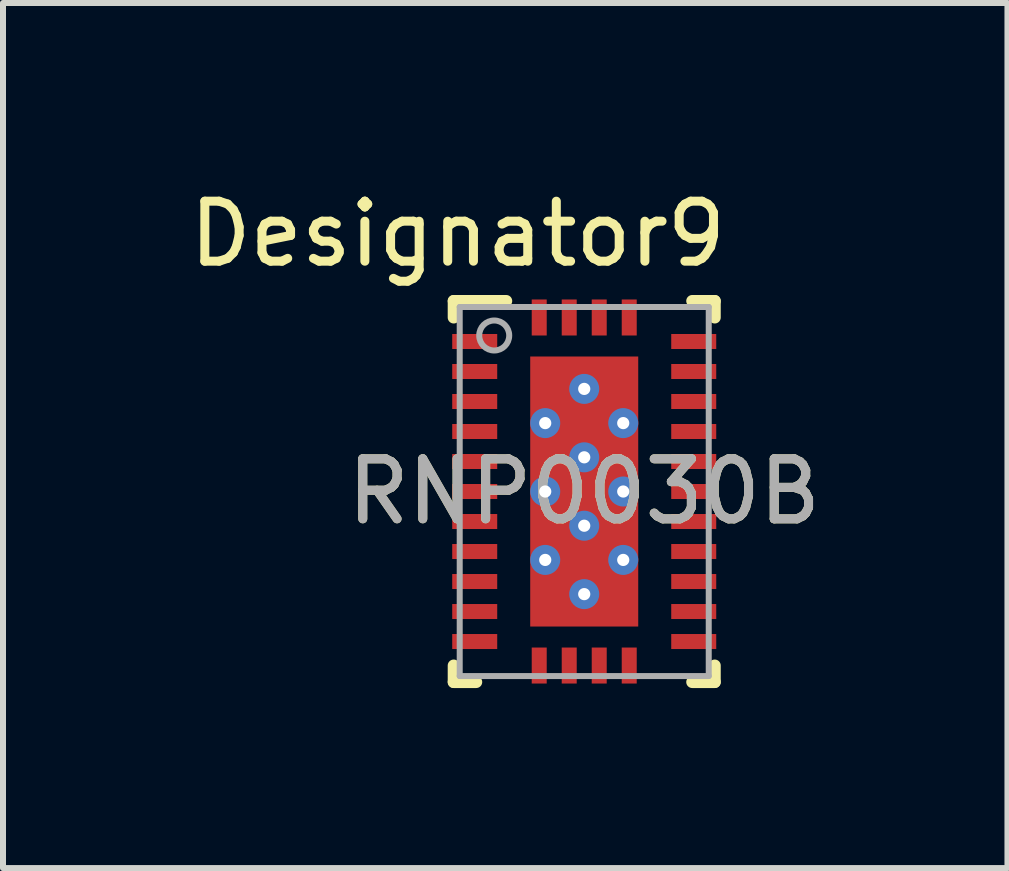
<source format=kicad_pcb>
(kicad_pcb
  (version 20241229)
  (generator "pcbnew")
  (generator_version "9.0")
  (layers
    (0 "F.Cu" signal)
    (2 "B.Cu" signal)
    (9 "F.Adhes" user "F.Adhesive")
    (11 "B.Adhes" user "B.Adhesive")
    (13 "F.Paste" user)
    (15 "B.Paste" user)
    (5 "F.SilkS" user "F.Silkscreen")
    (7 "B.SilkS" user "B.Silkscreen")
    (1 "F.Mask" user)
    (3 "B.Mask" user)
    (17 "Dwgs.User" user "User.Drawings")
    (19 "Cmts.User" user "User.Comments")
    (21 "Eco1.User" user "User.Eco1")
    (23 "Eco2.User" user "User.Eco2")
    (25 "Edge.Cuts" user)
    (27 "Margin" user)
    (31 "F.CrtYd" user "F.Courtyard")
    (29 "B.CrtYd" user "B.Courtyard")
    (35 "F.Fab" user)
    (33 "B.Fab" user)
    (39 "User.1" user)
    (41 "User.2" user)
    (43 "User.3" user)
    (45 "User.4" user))
  (footprint "RNP0030B"
    (layer "F.Cu")
    (at 6.686 5.141)
    (property "Reference" "RNP0030B" (at 0 0 0) (unlocked yes) (layer "F.SilkS") (effects (font (size 1 1) (thickness 0.15))))
    (attr smd)
    (fp_line (start -2.175 -3.175) (end -1.3 -3.175) (stroke (width 0.2) (type solid)) (layer "F.SilkS"))
    (fp_line (start -2.175 -2.9) (end -2.175 -3.175) (stroke (width 0.2) (type solid)) (layer "F.SilkS"))
    (fp_line (start -2.175 3.175) (end -2.175 2.9) (stroke (width 0.2) (type solid)) (layer "F.SilkS"))
    (fp_line (start -2.175 3.175) (end -1.8 3.175) (stroke (width 0.2) (type solid)) (layer "F.SilkS"))
    (fp_line (start 1.8 -3.175) (end 2.175 -3.175) (stroke (width 0.2) (type solid)) (layer "F.SilkS"))
    (fp_line (start 1.8 3.175) (end 2.175 3.175) (stroke (width 0.2) (type solid)) (layer "F.SilkS"))
    (fp_line (start 2.175 -2.9) (end 2.175 -3.175) (stroke (width 0.2) (type solid)) (layer "F.SilkS"))
    (fp_line (start 2.175 3.175) (end 2.175 2.9) (stroke (width 0.2) (type solid)) (layer "F.SilkS"))
    (fp_poly (pts (xy -0.1 -2.132) (xy -0.1 -1.288) (xy -0.101 -1.279) (xy -0.104 -1.27) (xy -0.108 -1.261) (xy -0.114 -1.254) (xy -0.121 -1.248) (xy -0.13 -1.244) (xy -0.139 -1.241) (xy -0.148 -1.24) (xy -0.852 -1.24) (xy -0.861 -1.241) (xy -0.87 -1.244) (xy -0.879 -1.248) (xy -0.886 -1.254) (xy -0.892 -1.261) (xy -0.896 -1.27) (xy -0.899 -1.279) (xy -0.9 -1.288) (xy -0.9 -2.132) (xy -0.899 -2.141) (xy -0.896 -2.15) (xy -0.892 -2.159) (xy -0.886 -2.166) (xy -0.879 -2.172) (xy -0.87 -2.176) (xy -0.861 -2.179) (xy -0.852 -2.18) (xy -0.148 -2.18) (xy -0.139 -2.179) (xy -0.13 -2.176) (xy -0.121 -2.172) (xy -0.114 -2.166) (xy -0.108 -2.159) (xy -0.104 -2.15) (xy -0.101 -2.141)) (stroke (width 0) (type solid)) (fill yes) (layer "F.Paste"))
    (fp_poly (pts (xy -0.1 -0.992) (xy -0.1 -0.148) (xy -0.101 -0.139) (xy -0.104 -0.13) (xy -0.108 -0.121) (xy -0.114 -0.114) (xy -0.121 -0.108) (xy -0.13 -0.104) (xy -0.139 -0.101) (xy -0.148 -0.1) (xy -0.852 -0.1) (xy -0.861 -0.101) (xy -0.87 -0.104) (xy -0.879 -0.108) (xy -0.886 -0.114) (xy -0.892 -0.121) (xy -0.896 -0.13) (xy -0.899 -0.139) (xy -0.9 -0.148) (xy -0.9 -0.992) (xy -0.899 -1.001) (xy -0.896 -1.01) (xy -0.892 -1.019) (xy -0.886 -1.026) (xy -0.879 -1.032) (xy -0.87 -1.036) (xy -0.861 -1.039) (xy -0.852 -1.04) (xy -0.148 -1.04) (xy -0.139 -1.039) (xy -0.13 -1.036) (xy -0.121 -1.032) (xy -0.114 -1.026) (xy -0.108 -1.019) (xy -0.104 -1.01) (xy -0.101 -1.001)) (stroke (width 0) (type solid)) (fill yes) (layer "F.Paste"))
    (fp_poly (pts (xy -0.1 0.148) (xy -0.1 0.992) (xy -0.101 1.001) (xy -0.104 1.01) (xy -0.108 1.019) (xy -0.114 1.026) (xy -0.121 1.032) (xy -0.13 1.036) (xy -0.139 1.039) (xy -0.148 1.04) (xy -0.852 1.04) (xy -0.861 1.039) (xy -0.87 1.036) (xy -0.879 1.032) (xy -0.886 1.026) (xy -0.892 1.019) (xy -0.896 1.01) (xy -0.899 1.001) (xy -0.9 0.992) (xy -0.9 0.148) (xy -0.899 0.139) (xy -0.896 0.13) (xy -0.892 0.121) (xy -0.886 0.114) (xy -0.879 0.108) (xy -0.87 0.104) (xy -0.861 0.101) (xy -0.852 0.1) (xy -0.148 0.1) (xy -0.139 0.101) (xy -0.13 0.104) (xy -0.121 0.108) (xy -0.114 0.114) (xy -0.108 0.121) (xy -0.104 0.13) (xy -0.101 0.139)) (stroke (width 0) (type solid)) (fill yes) (layer "F.Paste"))
    (fp_poly (pts (xy -0.1 1.288) (xy -0.1 2.132) (xy -0.101 2.141) (xy -0.104 2.15) (xy -0.108 2.159) (xy -0.114 2.166) (xy -0.121 2.172) (xy -0.13 2.176) (xy -0.139 2.179) (xy -0.148 2.18) (xy -0.852 2.18) (xy -0.861 2.179) (xy -0.87 2.176) (xy -0.879 2.172) (xy -0.886 2.166) (xy -0.892 2.159) (xy -0.896 2.15) (xy -0.899 2.141) (xy -0.9 2.132) (xy -0.9 1.288) (xy -0.899 1.279) (xy -0.896 1.27) (xy -0.892 1.261) (xy -0.886 1.254) (xy -0.879 1.248) (xy -0.87 1.244) (xy -0.861 1.241) (xy -0.852 1.24) (xy -0.148 1.24) (xy -0.139 1.241) (xy -0.13 1.244) (xy -0.121 1.248) (xy -0.114 1.254) (xy -0.108 1.261) (xy -0.104 1.27) (xy -0.101 1.279)) (stroke (width 0) (type solid)) (fill yes) (layer "F.Paste"))
    (fp_poly (pts (xy 0.1 -1.288) (xy 0.1 -2.132) (xy 0.101 -2.141) (xy 0.104 -2.15) (xy 0.108 -2.159) (xy 0.114 -2.166) (xy 0.121 -2.172) (xy 0.13 -2.176) (xy 0.139 -2.179) (xy 0.148 -2.18) (xy 0.852 -2.18) (xy 0.861 -2.179) (xy 0.87 -2.176) (xy 0.879 -2.172) (xy 0.886 -2.166) (xy 0.892 -2.159) (xy 0.896 -2.15) (xy 0.899 -2.141) (xy 0.9 -2.132) (xy 0.9 -1.288) (xy 0.899 -1.279) (xy 0.896 -1.27) (xy 0.892 -1.261) (xy 0.886 -1.254) (xy 0.879 -1.248) (xy 0.87 -1.244) (xy 0.861 -1.241) (xy 0.852 -1.24) (xy 0.148 -1.24) (xy 0.139 -1.241) (xy 0.13 -1.244) (xy 0.121 -1.248) (xy 0.114 -1.254) (xy 0.108 -1.261) (xy 0.104 -1.27) (xy 0.101 -1.279)) (stroke (width 0) (type solid)) (fill yes) (layer "F.Paste"))
    (fp_poly (pts (xy 0.1 -0.148) (xy 0.1 -0.992) (xy 0.101 -1.001) (xy 0.104 -1.01) (xy 0.108 -1.019) (xy 0.114 -1.026) (xy 0.121 -1.032) (xy 0.13 -1.036) (xy 0.139 -1.039) (xy 0.148 -1.04) (xy 0.852 -1.04) (xy 0.861 -1.039) (xy 0.87 -1.036) (xy 0.879 -1.032) (xy 0.886 -1.026) (xy 0.892 -1.019) (xy 0.896 -1.01) (xy 0.899 -1.001) (xy 0.9 -0.992) (xy 0.9 -0.148) (xy 0.899 -0.139) (xy 0.896 -0.13) (xy 0.892 -0.121) (xy 0.886 -0.114) (xy 0.879 -0.108) (xy 0.87 -0.104) (xy 0.861 -0.101) (xy 0.852 -0.1) (xy 0.148 -0.1) (xy 0.139 -0.101) (xy 0.13 -0.104) (xy 0.121 -0.108) (xy 0.114 -0.114) (xy 0.108 -0.121) (xy 0.104 -0.13) (xy 0.101 -0.139)) (stroke (width 0) (type solid)) (fill yes) (layer "F.Paste"))
    (fp_poly (pts (xy 0.1 0.992) (xy 0.1 0.148) (xy 0.101 0.139) (xy 0.104 0.13) (xy 0.108 0.121) (xy 0.114 0.114) (xy 0.121 0.108) (xy 0.13 0.104) (xy 0.139 0.101) (xy 0.148 0.1) (xy 0.852 0.1) (xy 0.861 0.101) (xy 0.87 0.104) (xy 0.879 0.108) (xy 0.886 0.114) (xy 0.892 0.121) (xy 0.896 0.13) (xy 0.899 0.139) (xy 0.9 0.148) (xy 0.9 0.992) (xy 0.899 1.001) (xy 0.896 1.01) (xy 0.892 1.019) (xy 0.886 1.026) (xy 0.879 1.032) (xy 0.87 1.036) (xy 0.861 1.039) (xy 0.852 1.04) (xy 0.148 1.04) (xy 0.139 1.039) (xy 0.13 1.036) (xy 0.121 1.032) (xy 0.114 1.026) (xy 0.108 1.019) (xy 0.104 1.01) (xy 0.101 1.001)) (stroke (width 0) (type solid)) (fill yes) (layer "F.Paste"))
    (fp_poly (pts (xy 0.1 2.132) (xy 0.1 1.288) (xy 0.101 1.279) (xy 0.104 1.27) (xy 0.108 1.261) (xy 0.114 1.254) (xy 0.121 1.248) (xy 0.13 1.244) (xy 0.139 1.241) (xy 0.148 1.24) (xy 0.852 1.24) (xy 0.861 1.241) (xy 0.87 1.244) (xy 0.879 1.248) (xy 0.886 1.254) (xy 0.892 1.261) (xy 0.896 1.27) (xy 0.899 1.279) (xy 0.9 1.288) (xy 0.9 2.132) (xy 0.899 2.141) (xy 0.896 2.15) (xy 0.892 2.159) (xy 0.886 2.166) (xy 0.879 2.172) (xy 0.87 2.176) (xy 0.861 2.179) (xy 0.852 2.18) (xy 0.148 2.18) (xy 0.139 2.179) (xy 0.13 2.176) (xy 0.121 2.172) (xy 0.114 2.166) (xy 0.108 2.159) (xy 0.104 2.15) (xy 0.101 2.141)) (stroke (width 0) (type solid)) (fill yes) (layer "F.Paste"))
    (fp_line (start -2.075 -3.075) (end 2.075 -3.075) (stroke (width 0.1) (type solid)) (layer "F.Fab"))
    (fp_line (start -2.075 3.075) (end -2.075 -3.075) (stroke (width 0.1) (type solid)) (layer "F.Fab"))
    (fp_line (start -2.075 3.075) (end 2.075 3.075) (stroke (width 0.1) (type solid)) (layer "F.Fab"))
    (fp_line (start 2.075 3.075) (end 2.075 -3.075) (stroke (width 0.1) (type solid)) (layer "F.Fab"))
    (fp_circle (center -1.5 -2.6) (end -1.25 -2.6) (stroke (width 0.1) (type solid)) (fill no) (layer "F.Fab"))
    (fp_text user "Designator9" (at -2.108 -4.293 0) (unlocked yes) (layer "F.SilkS") (effects (font (size 1 1) (thickness 0.15))))
    (fp_text user "${REFERENCE}" (at 0 0 0) (unlocked yes) (layer "F.Fab") (effects (font (size 1 1) (thickness 0.15))))
    (pad "1" smd rect (at -1.825 -2.5 90) (size 0.25 0.75) (layers "F.Cu" "F.Mask" "F.Paste"))
    (pad "2" smd rect (at -1.825 -2 90) (size 0.25 0.75) (layers "F.Cu" "F.Mask" "F.Paste"))
    (pad "3" smd rect (at -1.825 -1.5 90) (size 0.25 0.75) (layers "F.Cu" "F.Mask" "F.Paste"))
    (pad "4" smd rect (at -1.825 -1 90) (size 0.25 0.75) (layers "F.Cu" "F.Mask" "F.Paste"))
    (pad "5" smd rect (at -1.825 -0.5 90) (size 0.25 0.75) (layers "F.Cu" "F.Mask" "F.Paste"))
    (pad "6" smd rect (at -1.825 0 90) (size 0.25 0.75) (layers "F.Cu" "F.Mask" "F.Paste"))
    (pad "7" smd rect (at -1.825 0.5 90) (size 0.25 0.75) (layers "F.Cu" "F.Mask" "F.Paste"))
    (pad "8" smd rect (at -1.825 1 90) (size 0.25 0.75) (layers "F.Cu" "F.Mask" "F.Paste"))
    (pad "9" smd rect (at -1.825 1.5 90) (size 0.25 0.75) (layers "F.Cu" "F.Mask" "F.Paste"))
    (pad "10" smd rect (at -1.825 2 90) (size 0.25 0.75) (layers "F.Cu" "F.Mask" "F.Paste"))
    (pad "11" smd rect (at -1.825 2.5 90) (size 0.25 0.75) (layers "F.Cu" "F.Mask" "F.Paste"))
    (pad "12" smd rect (at -0.75 2.9) (size 0.25 0.6) (layers "F.Cu" "F.Mask" "F.Paste"))
    (pad "13" smd rect (at -0.25 2.9) (size 0.25 0.6) (layers "F.Cu" "F.Mask" "F.Paste"))
    (pad "14" smd rect (at 0.25 2.9) (size 0.25 0.6) (layers "F.Cu" "F.Mask" "F.Paste"))
    (pad "15" smd rect (at 0.75 2.9) (size 0.25 0.6) (layers "F.Cu" "F.Mask" "F.Paste"))
    (pad "16" smd rect (at 1.825 2.5 90) (size 0.25 0.75) (layers "F.Cu" "F.Mask" "F.Paste"))
    (pad "17" smd rect (at 1.825 2 90) (size 0.25 0.75) (layers "F.Cu" "F.Mask" "F.Paste"))
    (pad "18" smd rect (at 1.825 1.5 90) (size 0.25 0.75) (layers "F.Cu" "F.Mask" "F.Paste"))
    (pad "19" smd rect (at 1.825 1 90) (size 0.25 0.75) (layers "F.Cu" "F.Mask" "F.Paste"))
    (pad "20" smd rect (at 1.825 0.5 90) (size 0.25 0.75) (layers "F.Cu" "F.Mask" "F.Paste"))
    (pad "21" smd rect (at 1.825 0 90) (size 0.25 0.75) (layers "F.Cu" "F.Mask" "F.Paste"))
    (pad "22" smd rect (at 1.825 -0.5 90) (size 0.25 0.75) (layers "F.Cu" "F.Mask" "F.Paste"))
    (pad "23" smd rect (at 1.825 -1 90) (size 0.25 0.75) (layers "F.Cu" "F.Mask" "F.Paste"))
    (pad "24" smd rect (at 1.825 -1.5 90) (size 0.25 0.75) (layers "F.Cu" "F.Mask" "F.Paste"))
    (pad "25" smd rect (at 1.825 -2 90) (size 0.25 0.75) (layers "F.Cu" "F.Mask" "F.Paste"))
    (pad "26" smd rect (at 1.825 -2.5 90) (size 0.25 0.75) (layers "F.Cu" "F.Mask" "F.Paste"))
    (pad "27" smd rect (at 0.75 -2.9) (size 0.25 0.6) (layers "F.Cu" "F.Mask" "F.Paste"))
    (pad "28" smd rect (at 0.25 -2.9) (size 0.25 0.6) (layers "F.Cu" "F.Mask" "F.Paste"))
    (pad "29" smd rect (at -0.25 -2.9) (size 0.25 0.6) (layers "F.Cu" "F.Mask" "F.Paste"))
    (pad "30" smd rect (at -0.75 -2.9) (size 0.25 0.6) (layers "F.Cu" "F.Mask" "F.Paste"))
    (pad "31" smd rect (at 0 0) (size 1.8 4.5) (layers "F.Cu" "F.Mask"))
    (pad "V" thru_hole circle (at -0.65 -1.14) (size 0.5 0.5) (drill 0.203) (layers "*.Cu" "*.Mask"))
    (pad "V" thru_hole circle (at -0.65 0) (size 0.5 0.5) (drill 0.203) (layers "*.Cu" "*.Mask"))
    (pad "V" thru_hole circle (at -0.65 1.14) (size 0.5 0.5) (drill 0.203) (layers "*.Cu" "*.Mask"))
    (pad "V" thru_hole circle (at 0 -1.71) (size 0.5 0.5) (drill 0.203) (layers "*.Cu" "*.Mask"))
    (pad "V" thru_hole circle (at 0 -0.57) (size 0.5 0.5) (drill 0.203) (layers "*.Cu" "*.Mask"))
    (pad "V" thru_hole circle (at 0 0.57) (size 0.5 0.5) (drill 0.203) (layers "*.Cu" "*.Mask"))
    (pad "V" thru_hole circle (at 0 1.71) (size 0.5 0.5) (drill 0.203) (layers "*.Cu" "*.Mask"))
    (pad "V" thru_hole circle (at 0.65 -1.14) (size 0.5 0.5) (drill 0.203) (layers "*.Cu" "*.Mask"))
    (pad "V" thru_hole circle (at 0.65 0) (size 0.5 0.5) (drill 0.203) (layers "*.Cu" "*.Mask"))
    (pad "V" thru_hole circle (at 0.65 1.14) (size 0.5 0.5) (drill 0.203) (layers "*.Cu" "*.Mask")))
  (gr_rect
    (start -3 -3)
    (end 13.739 11.416)
    (stroke (width 0.1) (type default))
    (fill no)
    (layer "Edge.Cuts")))
</source>
